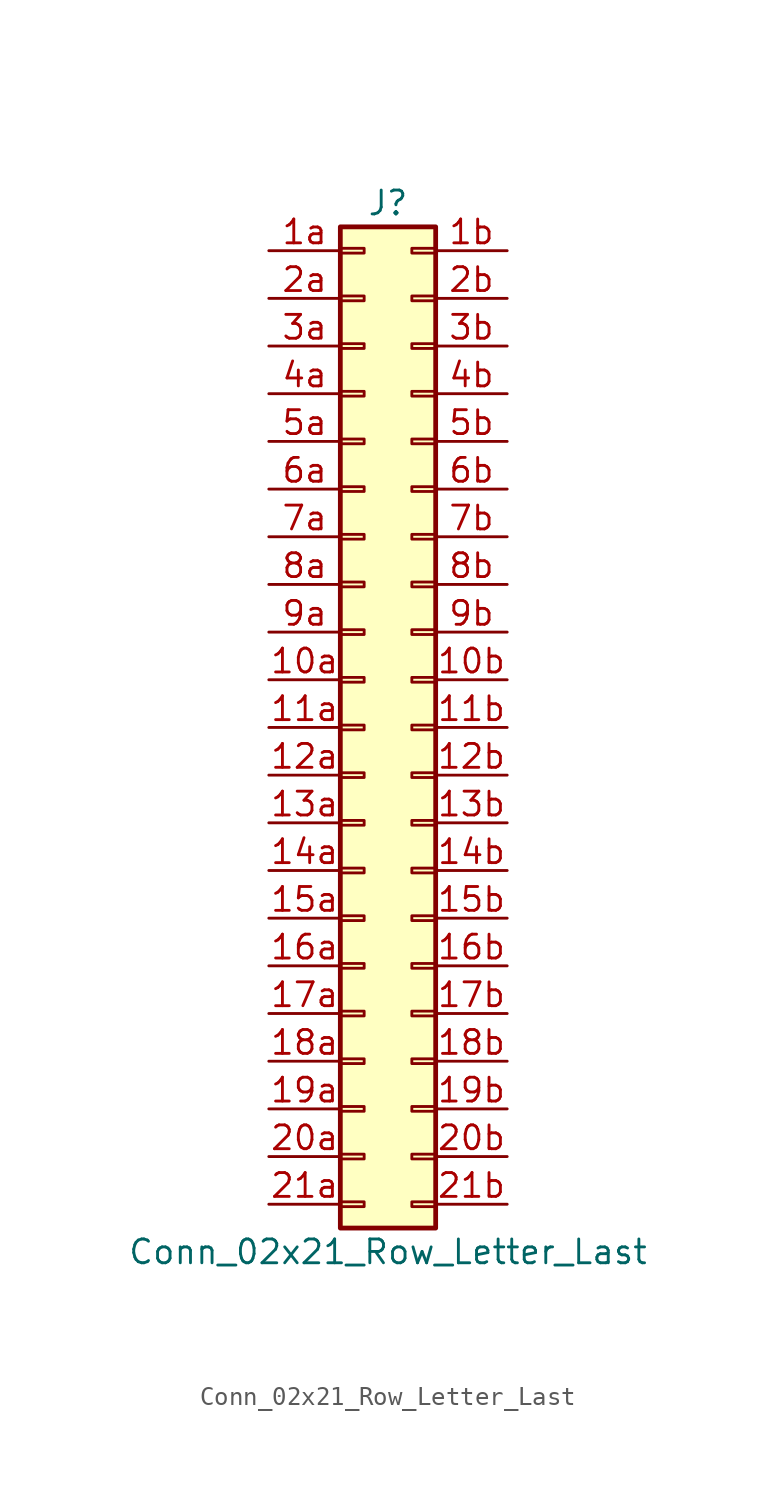
<source format=kicad_sym>
(kicad_symbol_lib
  (version 20211014)
  (generator kicad_symbol_editor)
  (symbol "Conn_02x21_Row_Letter_Last"
    (pin_names
      (offset 1.016) hide)
    (property "Reference" "J"
      (at 1.27 27.94 0)
      (effects (font (size 1.27 1.27))))
    (property "Value" "Conn_02x21_Row_Letter_Last"
      (at 1.27 -27.94 0)
      (effects (font (size 1.27 1.27))))
    (symbol "Conn_02x21_Row_Letter_Last_1_1"
      (rectangle (start -1.27 -25.273) (end 0 -25.527) (stroke (width 0.152) (type default) (color 0 0 0 0)) (fill (type none)))
      (rectangle (start -1.27 -22.733) (end 0 -22.987) (stroke (width 0.152) (type default) (color 0 0 0 0)) (fill (type none)))
      (rectangle (start -1.27 -20.193) (end 0 -20.447) (stroke (width 0.152) (type default) (color 0 0 0 0)) (fill (type none)))
      (rectangle (start -1.27 -17.653) (end 0 -17.907) (stroke (width 0.152) (type default) (color 0 0 0 0)) (fill (type none)))
      (rectangle (start -1.27 -15.113) (end 0 -15.367) (stroke (width 0.152) (type default) (color 0 0 0 0)) (fill (type none)))
      (rectangle (start -1.27 -12.573) (end 0 -12.827) (stroke (width 0.152) (type default) (color 0 0 0 0)) (fill (type none)))
      (rectangle (start -1.27 -10.033) (end 0 -10.287) (stroke (width 0.152) (type default) (color 0 0 0 0)) (fill (type none)))
      (rectangle (start -1.27 -7.493) (end 0 -7.747) (stroke (width 0.152) (type default) (color 0 0 0 0)) (fill (type none)))
      (rectangle (start -1.27 -4.953) (end 0 -5.207) (stroke (width 0.152) (type default) (color 0 0 0 0)) (fill (type none)))
      (rectangle (start -1.27 -2.413) (end 0 -2.667) (stroke (width 0.152) (type default) (color 0 0 0 0)) (fill (type none)))
      (rectangle (start -1.27 0.127) (end 0 -0.127) (stroke (width 0.152) (type default) (color 0 0 0 0)) (fill (type none)))
      (rectangle (start -1.27 2.667) (end 0 2.413) (stroke (width 0.152) (type default) (color 0 0 0 0)) (fill (type none)))
      (rectangle (start -1.27 5.207) (end 0 4.953) (stroke (width 0.152) (type default) (color 0 0 0 0)) (fill (type none)))
      (rectangle (start -1.27 7.747) (end 0 7.493) (stroke (width 0.152) (type default) (color 0 0 0 0)) (fill (type none)))
      (rectangle (start -1.27 10.287) (end 0 10.033) (stroke (width 0.152) (type default) (color 0 0 0 0)) (fill (type none)))
      (rectangle (start -1.27 12.827) (end 0 12.573) (stroke (width 0.152) (type default) (color 0 0 0 0)) (fill (type none)))
      (rectangle (start -1.27 15.367) (end 0 15.113) (stroke (width 0.152) (type default) (color 0 0 0 0)) (fill (type none)))
      (rectangle (start -1.27 17.907) (end 0 17.653) (stroke (width 0.152) (type default) (color 0 0 0 0)) (fill (type none)))
      (rectangle (start -1.27 20.447) (end 0 20.193) (stroke (width 0.152) (type default) (color 0 0 0 0)) (fill (type none)))
      (rectangle (start -1.27 22.987) (end 0 22.733) (stroke (width 0.152) (type default) (color 0 0 0 0)) (fill (type none)))
      (rectangle (start -1.27 25.527) (end 0 25.273) (stroke (width 0.152) (type default) (color 0 0 0 0)) (fill (type none)))
      (rectangle (start -1.27 26.67) (end 3.81 -26.67) (stroke (width 0.254) (type default) (color 0 0 0 0)) (fill (type background)))
      (rectangle (start 3.81 -25.273) (end 2.54 -25.527) (stroke (width 0.152) (type default) (color 0 0 0 0)) (fill (type none)))
      (rectangle (start 3.81 -22.733) (end 2.54 -22.987) (stroke (width 0.152) (type default) (color 0 0 0 0)) (fill (type none)))
      (rectangle (start 3.81 -20.193) (end 2.54 -20.447) (stroke (width 0.152) (type default) (color 0 0 0 0)) (fill (type none)))
      (rectangle (start 3.81 -17.653) (end 2.54 -17.907) (stroke (width 0.152) (type default) (color 0 0 0 0)) (fill (type none)))
      (rectangle (start 3.81 -15.113) (end 2.54 -15.367) (stroke (width 0.152) (type default) (color 0 0 0 0)) (fill (type none)))
      (rectangle (start 3.81 -12.573) (end 2.54 -12.827) (stroke (width 0.152) (type default) (color 0 0 0 0)) (fill (type none)))
      (rectangle (start 3.81 -10.033) (end 2.54 -10.287) (stroke (width 0.152) (type default) (color 0 0 0 0)) (fill (type none)))
      (rectangle (start 3.81 -7.493) (end 2.54 -7.747) (stroke (width 0.152) (type default) (color 0 0 0 0)) (fill (type none)))
      (rectangle (start 3.81 -4.953) (end 2.54 -5.207) (stroke (width 0.152) (type default) (color 0 0 0 0)) (fill (type none)))
      (rectangle (start 3.81 -2.413) (end 2.54 -2.667) (stroke (width 0.152) (type default) (color 0 0 0 0)) (fill (type none)))
      (rectangle (start 3.81 0.127) (end 2.54 -0.127) (stroke (width 0.152) (type default) (color 0 0 0 0)) (fill (type none)))
      (rectangle (start 3.81 2.667) (end 2.54 2.413) (stroke (width 0.152) (type default) (color 0 0 0 0)) (fill (type none)))
      (rectangle (start 3.81 5.207) (end 2.54 4.953) (stroke (width 0.152) (type default) (color 0 0 0 0)) (fill (type none)))
      (rectangle (start 3.81 7.747) (end 2.54 7.493) (stroke (width 0.152) (type default) (color 0 0 0 0)) (fill (type none)))
      (rectangle (start 3.81 10.287) (end 2.54 10.033) (stroke (width 0.152) (type default) (color 0 0 0 0)) (fill (type none)))
      (rectangle (start 3.81 12.827) (end 2.54 12.573) (stroke (width 0.152) (type default) (color 0 0 0 0)) (fill (type none)))
      (rectangle (start 3.81 15.367) (end 2.54 15.113) (stroke (width 0.152) (type default) (color 0 0 0 0)) (fill (type none)))
      (rectangle (start 3.81 17.907) (end 2.54 17.653) (stroke (width 0.152) (type default) (color 0 0 0 0)) (fill (type none)))
      (rectangle (start 3.81 20.447) (end 2.54 20.193) (stroke (width 0.152) (type default) (color 0 0 0 0)) (fill (type none)))
      (rectangle (start 3.81 22.987) (end 2.54 22.733) (stroke (width 0.152) (type default) (color 0 0 0 0)) (fill (type none)))
      (rectangle (start 3.81 25.527) (end 2.54 25.273) (stroke (width 0.152) (type default) (color 0 0 0 0)) (fill (type none)))
      (pin passive line (at -5.08 2.54 0) (length 3.81) (name "Pin_10a" (effects (font (size 1.27 1.27)))) (number "10a" (effects (font (size 1.27 1.27)))))
      (pin passive line (at 7.62 2.54 180) (length 3.81) (name "Pin_10b" (effects (font (size 1.27 1.27)))) (number "10b" (effects (font (size 1.27 1.27)))))
      (pin passive line (at -5.08 0 0) (length 3.81) (name "Pin_11a" (effects (font (size 1.27 1.27)))) (number "11a" (effects (font (size 1.27 1.27)))))
      (pin passive line (at 7.62 0 180) (length 3.81) (name "Pin_11b" (effects (font (size 1.27 1.27)))) (number "11b" (effects (font (size 1.27 1.27)))))
      (pin passive line (at -5.08 -2.54 0) (length 3.81) (name "Pin_12a" (effects (font (size 1.27 1.27)))) (number "12a" (effects (font (size 1.27 1.27)))))
      (pin passive line (at 7.62 -2.54 180) (length 3.81) (name "Pin_12b" (effects (font (size 1.27 1.27)))) (number "12b" (effects (font (size 1.27 1.27)))))
      (pin passive line (at -5.08 -5.08 0) (length 3.81) (name "Pin_13a" (effects (font (size 1.27 1.27)))) (number "13a" (effects (font (size 1.27 1.27)))))
      (pin passive line (at 7.62 -5.08 180) (length 3.81) (name "Pin_13b" (effects (font (size 1.27 1.27)))) (number "13b" (effects (font (size 1.27 1.27)))))
      (pin passive line (at -5.08 -7.62 0) (length 3.81) (name "Pin_14a" (effects (font (size 1.27 1.27)))) (number "14a" (effects (font (size 1.27 1.27)))))
      (pin passive line (at 7.62 -7.62 180) (length 3.81) (name "Pin_14b" (effects (font (size 1.27 1.27)))) (number "14b" (effects (font (size 1.27 1.27)))))
      (pin passive line (at -5.08 -10.16 0) (length 3.81) (name "Pin_15a" (effects (font (size 1.27 1.27)))) (number "15a" (effects (font (size 1.27 1.27)))))
      (pin passive line (at 7.62 -10.16 180) (length 3.81) (name "Pin_15b" (effects (font (size 1.27 1.27)))) (number "15b" (effects (font (size 1.27 1.27)))))
      (pin passive line (at -5.08 -12.7 0) (length 3.81) (name "Pin_16a" (effects (font (size 1.27 1.27)))) (number "16a" (effects (font (size 1.27 1.27)))))
      (pin passive line (at 7.62 -12.7 180) (length 3.81) (name "Pin_16b" (effects (font (size 1.27 1.27)))) (number "16b" (effects (font (size 1.27 1.27)))))
      (pin passive line (at -5.08 -15.24 0) (length 3.81) (name "Pin_17a" (effects (font (size 1.27 1.27)))) (number "17a" (effects (font (size 1.27 1.27)))))
      (pin passive line (at 7.62 -15.24 180) (length 3.81) (name "Pin_17b" (effects (font (size 1.27 1.27)))) (number "17b" (effects (font (size 1.27 1.27)))))
      (pin passive line (at -5.08 -17.78 0) (length 3.81) (name "Pin_18a" (effects (font (size 1.27 1.27)))) (number "18a" (effects (font (size 1.27 1.27)))))
      (pin passive line (at 7.62 -17.78 180) (length 3.81) (name "Pin_18b" (effects (font (size 1.27 1.27)))) (number "18b" (effects (font (size 1.27 1.27)))))
      (pin passive line (at -5.08 -20.32 0) (length 3.81) (name "Pin_19a" (effects (font (size 1.27 1.27)))) (number "19a" (effects (font (size 1.27 1.27)))))
      (pin passive line (at 7.62 -20.32 180) (length 3.81) (name "Pin_19b" (effects (font (size 1.27 1.27)))) (number "19b" (effects (font (size 1.27 1.27)))))
      (pin passive line (at -5.08 25.4 0) (length 3.81) (name "Pin_1a" (effects (font (size 1.27 1.27)))) (number "1a" (effects (font (size 1.27 1.27)))))
      (pin passive line (at 7.62 25.4 180) (length 3.81) (name "Pin_1b" (effects (font (size 1.27 1.27)))) (number "1b" (effects (font (size 1.27 1.27)))))
      (pin passive line (at -5.08 -22.86 0) (length 3.81) (name "Pin_20a" (effects (font (size 1.27 1.27)))) (number "20a" (effects (font (size 1.27 1.27)))))
      (pin passive line (at 7.62 -22.86 180) (length 3.81) (name "Pin_20b" (effects (font (size 1.27 1.27)))) (number "20b" (effects (font (size 1.27 1.27)))))
      (pin passive line (at -5.08 -25.4 0) (length 3.81) (name "Pin_21a" (effects (font (size 1.27 1.27)))) (number "21a" (effects (font (size 1.27 1.27)))))
      (pin passive line (at 7.62 -25.4 180) (length 3.81) (name "Pin_21b" (effects (font (size 1.27 1.27)))) (number "21b" (effects (font (size 1.27 1.27)))))
      (pin passive line (at -5.08 22.86 0) (length 3.81) (name "Pin_2a" (effects (font (size 1.27 1.27)))) (number "2a" (effects (font (size 1.27 1.27)))))
      (pin passive line (at 7.62 22.86 180) (length 3.81) (name "Pin_2b" (effects (font (size 1.27 1.27)))) (number "2b" (effects (font (size 1.27 1.27)))))
      (pin passive line (at -5.08 20.32 0) (length 3.81) (name "Pin_3a" (effects (font (size 1.27 1.27)))) (number "3a" (effects (font (size 1.27 1.27)))))
      (pin passive line (at 7.62 20.32 180) (length 3.81) (name "Pin_3b" (effects (font (size 1.27 1.27)))) (number "3b" (effects (font (size 1.27 1.27)))))
      (pin passive line (at -5.08 17.78 0) (length 3.81) (name "Pin_4a" (effects (font (size 1.27 1.27)))) (number "4a" (effects (font (size 1.27 1.27)))))
      (pin passive line (at 7.62 17.78 180) (length 3.81) (name "Pin_4b" (effects (font (size 1.27 1.27)))) (number "4b" (effects (font (size 1.27 1.27)))))
      (pin passive line (at -5.08 15.24 0) (length 3.81) (name "Pin_5a" (effects (font (size 1.27 1.27)))) (number "5a" (effects (font (size 1.27 1.27)))))
      (pin passive line (at 7.62 15.24 180) (length 3.81) (name "Pin_5b" (effects (font (size 1.27 1.27)))) (number "5b" (effects (font (size 1.27 1.27)))))
      (pin passive line (at -5.08 12.7 0) (length 3.81) (name "Pin_6a" (effects (font (size 1.27 1.27)))) (number "6a" (effects (font (size 1.27 1.27)))))
      (pin passive line (at 7.62 12.7 180) (length 3.81) (name "Pin_6b" (effects (font (size 1.27 1.27)))) (number "6b" (effects (font (size 1.27 1.27)))))
      (pin passive line (at -5.08 10.16 0) (length 3.81) (name "Pin_7a" (effects (font (size 1.27 1.27)))) (number "7a" (effects (font (size 1.27 1.27)))))
      (pin passive line (at 7.62 10.16 180) (length 3.81) (name "Pin_7b" (effects (font (size 1.27 1.27)))) (number "7b" (effects (font (size 1.27 1.27)))))
      (pin passive line (at -5.08 7.62 0) (length 3.81) (name "Pin_8a" (effects (font (size 1.27 1.27)))) (number "8a" (effects (font (size 1.27 1.27)))))
      (pin passive line (at 7.62 7.62 180) (length 3.81) (name "Pin_8b" (effects (font (size 1.27 1.27)))) (number "8b" (effects (font (size 1.27 1.27)))))
      (pin passive line (at -5.08 5.08 0) (length 3.81) (name "Pin_9a" (effects (font (size 1.27 1.27)))) (number "9a" (effects (font (size 1.27 1.27)))))
      (pin passive line (at 7.62 5.08 180) (length 3.81) (name "Pin_9b" (effects (font (size 1.27 1.27)))) (number "9b" (effects (font (size 1.27 1.27))))))))
</source>
